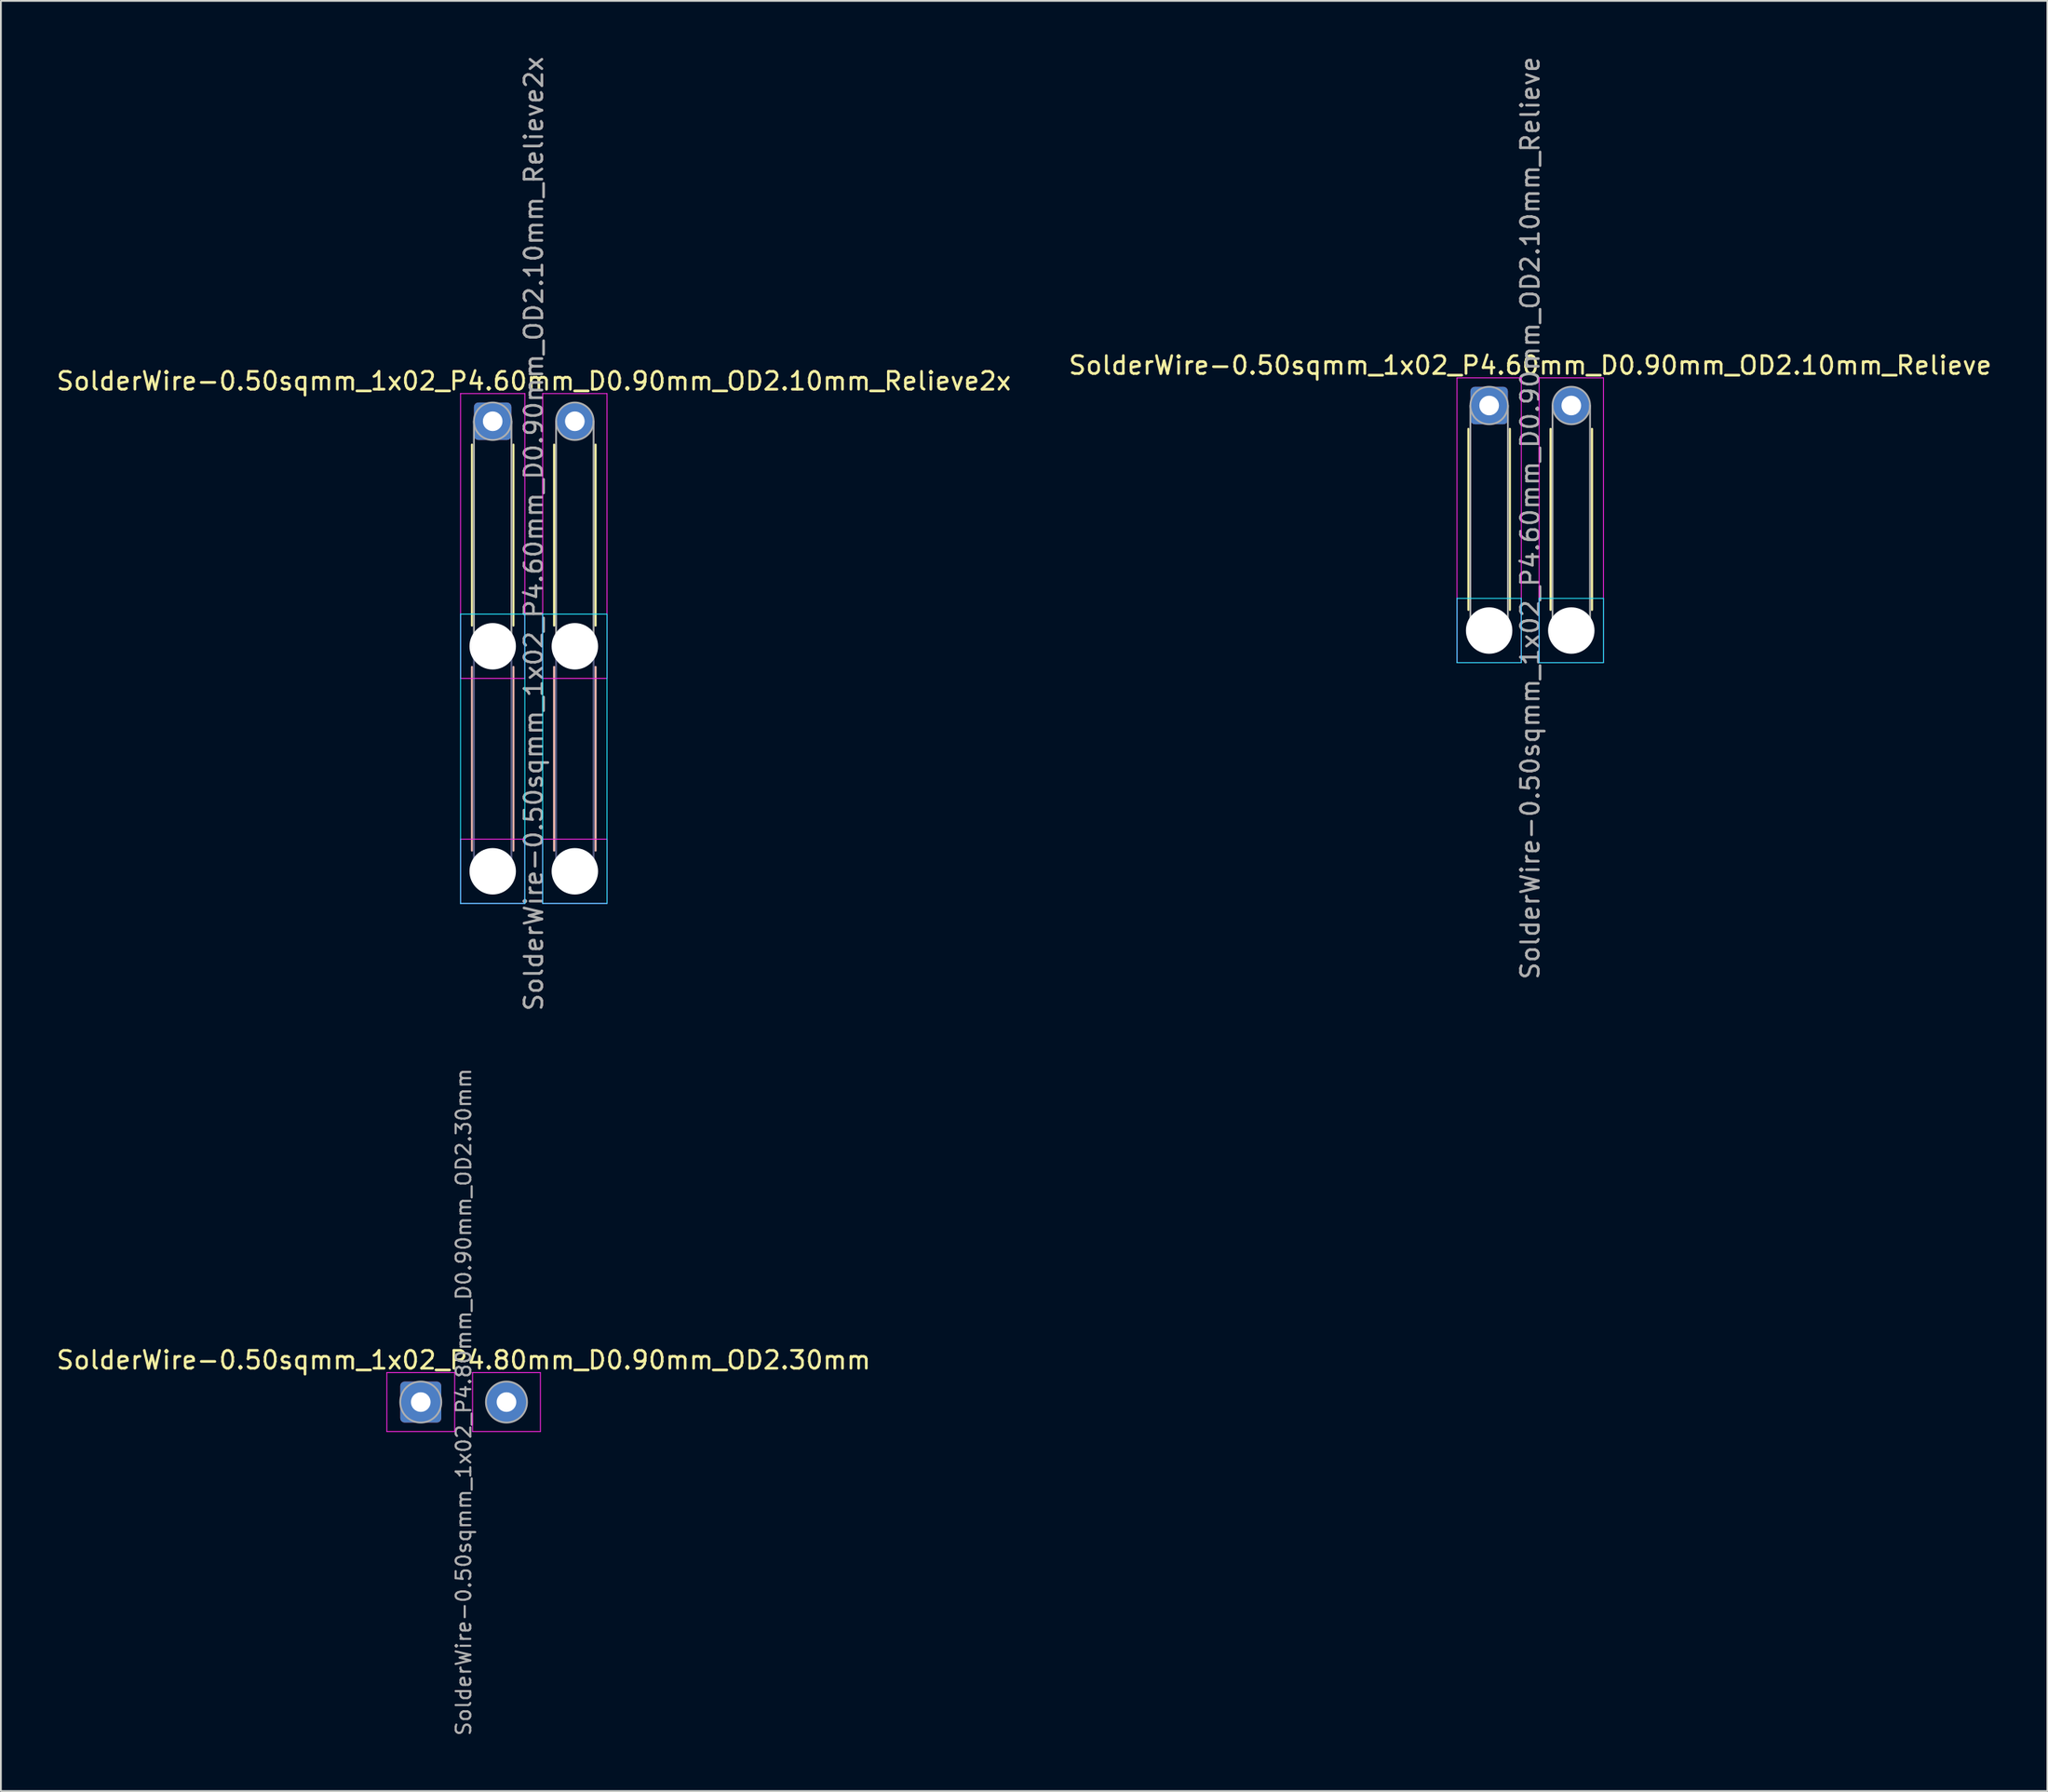
<source format=kicad_pcb>
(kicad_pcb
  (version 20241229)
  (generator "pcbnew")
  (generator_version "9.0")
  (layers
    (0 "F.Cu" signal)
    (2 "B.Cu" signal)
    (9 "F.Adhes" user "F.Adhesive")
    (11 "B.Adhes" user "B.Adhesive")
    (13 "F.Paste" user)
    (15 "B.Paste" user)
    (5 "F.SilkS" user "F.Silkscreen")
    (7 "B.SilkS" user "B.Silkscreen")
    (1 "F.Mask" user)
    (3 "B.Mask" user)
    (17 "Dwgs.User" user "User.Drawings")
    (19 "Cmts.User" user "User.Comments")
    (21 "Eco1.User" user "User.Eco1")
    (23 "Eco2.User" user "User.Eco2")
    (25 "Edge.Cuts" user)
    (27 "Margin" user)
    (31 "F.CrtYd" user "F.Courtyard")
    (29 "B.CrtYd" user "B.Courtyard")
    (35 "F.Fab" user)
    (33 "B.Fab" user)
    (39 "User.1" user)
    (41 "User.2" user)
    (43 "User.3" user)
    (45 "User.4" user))
  (footprint "SolderWire-0.50sqmm_1x02_P4.80mm_D0.90mm_OD2.30mm"
    (layer "F.Cu")
    (at 20.511 75.461)
    (property "Reference" "SolderWire-0.50sqmm_1x02_P4.80mm_D0.90mm_OD2.30mm" (at 2.4 -2.35 0) (layer "F.SilkS") (effects (font (size 1 1) (thickness 0.15))))
    (attr exclude_from_pos_files exclude_from_bom)
    (fp_line (start -1.9 -1.65) (end -1.9 1.65) (stroke (width 0.05) (type solid)) (layer "F.CrtYd"))
    (fp_line (start -1.9 1.65) (end 1.9 1.65) (stroke (width 0.05) (type solid)) (layer "F.CrtYd"))
    (fp_line (start 1.9 -1.65) (end -1.9 -1.65) (stroke (width 0.05) (type solid)) (layer "F.CrtYd"))
    (fp_line (start 1.9 1.65) (end 1.9 -1.65) (stroke (width 0.05) (type solid)) (layer "F.CrtYd"))
    (fp_line (start 2.9 -1.65) (end 2.9 1.65) (stroke (width 0.05) (type solid)) (layer "F.CrtYd"))
    (fp_line (start 2.9 1.65) (end 6.7 1.65) (stroke (width 0.05) (type solid)) (layer "F.CrtYd"))
    (fp_line (start 6.7 -1.65) (end 2.9 -1.65) (stroke (width 0.05) (type solid)) (layer "F.CrtYd"))
    (fp_line (start 6.7 1.65) (end 6.7 -1.65) (stroke (width 0.05) (type solid)) (layer "F.CrtYd"))
    (fp_circle (center 0 0) (end 1.15 0) (stroke (width 0.1) (type solid)) (fill no) (layer "F.Fab"))
    (fp_circle (center 4.8 0) (end 5.95 0) (stroke (width 0.1) (type solid)) (fill no) (layer "F.Fab"))
    (fp_text user "${REFERENCE}" (at 2.4 0 90) (layer "F.Fab") (effects (font (size 0.82 0.82) (thickness 0.12))))
    (pad "1" thru_hole roundrect (at 0 0) (size 2.3 2.3) (drill 1.1) (layers "*.Cu" "*.Mask") (roundrect_rratio 0.109))
    (pad "2" thru_hole circle (at 4.8 0) (size 2.3 2.3) (drill 1.1) (layers "*.Cu" "*.Mask")))
  (footprint "SolderWire-0.50sqmm_1x02_P4.60mm_D0.90mm_OD2.10mm_Relieve"
    (layer "F.Cu")
    (at 80.337 19.658)
    (property "Reference" "SolderWire-0.50sqmm_1x02_P4.60mm_D0.90mm_OD2.10mm_Relieve" (at 2.3 -2.25 0) (layer "F.SilkS") (effects (font (size 1 1) (thickness 0.15))))
    (attr exclude_from_pos_files exclude_from_bom)
    (fp_line (start -1.16 1.31) (end -1.16 11.44) (stroke (width 0.12) (type solid)) (layer "F.SilkS"))
    (fp_line (start 1.16 1.31) (end 1.16 11.44) (stroke (width 0.12) (type solid)) (layer "F.SilkS"))
    (fp_line (start 3.44 1.31) (end 3.44 11.44) (stroke (width 0.12) (type solid)) (layer "F.SilkS"))
    (fp_line (start 5.76 1.31) (end 5.76 11.44) (stroke (width 0.12) (type solid)) (layer "F.SilkS"))
    (fp_line (start -1.8 10.8) (end -1.8 14.4) (stroke (width 0.05) (type solid)) (layer "B.CrtYd"))
    (fp_line (start -1.8 14.4) (end 1.8 14.4) (stroke (width 0.05) (type solid)) (layer "B.CrtYd"))
    (fp_line (start 1.8 10.8) (end -1.8 10.8) (stroke (width 0.05) (type solid)) (layer "B.CrtYd"))
    (fp_line (start 1.8 14.4) (end 1.8 10.8) (stroke (width 0.05) (type solid)) (layer "B.CrtYd"))
    (fp_line (start 2.8 10.8) (end 2.8 14.4) (stroke (width 0.05) (type solid)) (layer "B.CrtYd"))
    (fp_line (start 2.8 14.4) (end 6.4 14.4) (stroke (width 0.05) (type solid)) (layer "B.CrtYd"))
    (fp_line (start 6.4 10.8) (end 2.8 10.8) (stroke (width 0.05) (type solid)) (layer "B.CrtYd"))
    (fp_line (start 6.4 14.4) (end 6.4 10.8) (stroke (width 0.05) (type solid)) (layer "B.CrtYd"))
    (fp_line (start -1.8 -1.55) (end -1.8 14.4) (stroke (width 0.05) (type solid)) (layer "F.CrtYd"))
    (fp_line (start -1.8 14.4) (end 1.8 14.4) (stroke (width 0.05) (type solid)) (layer "F.CrtYd"))
    (fp_line (start 1.8 -1.55) (end -1.8 -1.55) (stroke (width 0.05) (type solid)) (layer "F.CrtYd"))
    (fp_line (start 1.8 14.4) (end 1.8 -1.55) (stroke (width 0.05) (type solid)) (layer "F.CrtYd"))
    (fp_line (start 2.8 -1.55) (end 2.8 14.4) (stroke (width 0.05) (type solid)) (layer "F.CrtYd"))
    (fp_line (start 2.8 14.4) (end 6.4 14.4) (stroke (width 0.05) (type solid)) (layer "F.CrtYd"))
    (fp_line (start 6.4 -1.55) (end 2.8 -1.55) (stroke (width 0.05) (type solid)) (layer "F.CrtYd"))
    (fp_line (start 6.4 14.4) (end 6.4 -1.55) (stroke (width 0.05) (type solid)) (layer "F.CrtYd"))
    (fp_line (start -1.05 0) (end -1.05 12.6) (stroke (width 0.1) (type solid)) (layer "F.Fab"))
    (fp_line (start 1.05 0) (end 1.05 12.6) (stroke (width 0.1) (type solid)) (layer "F.Fab"))
    (fp_line (start 3.55 0) (end 3.55 12.6) (stroke (width 0.1) (type solid)) (layer "F.Fab"))
    (fp_line (start 5.65 0) (end 5.65 12.6) (stroke (width 0.1) (type solid)) (layer "F.Fab"))
    (fp_circle (center 0 0) (end 1.05 0) (stroke (width 0.1) (type solid)) (fill no) (layer "F.Fab"))
    (fp_circle (center 0 12.6) (end 1.05 12.6) (stroke (width 0.1) (type solid)) (fill no) (layer "F.Fab"))
    (fp_circle (center 4.6 0) (end 5.65 0) (stroke (width 0.1) (type solid)) (fill no) (layer "F.Fab"))
    (fp_circle (center 4.6 12.6) (end 5.65 12.6) (stroke (width 0.1) (type solid)) (fill no) (layer "F.Fab"))
    (fp_text user "${REFERENCE}" (at 2.3 6.3 90) (layer "F.Fab") (effects (font (size 1 1) (thickness 0.15))))
    (pad "" np_thru_hole circle (at 0 12.6) (size 2.6 2.6) (drill 2.6) (layers "*.Cu" "*.Mask"))
    (pad "" np_thru_hole circle (at 4.6 12.6) (size 2.6 2.6) (drill 2.6) (layers "*.Cu" "*.Mask"))
    (pad "1" thru_hole roundrect (at 0 0) (size 2.1 2.1) (drill 1.1) (layers "*.Cu" "*.Mask") (roundrect_rratio 0.119))
    (pad "2" thru_hole circle (at 4.6 0) (size 2.1 2.1) (drill 1.1) (layers "*.Cu" "*.Mask")))
  (footprint "SolderWire-0.50sqmm_1x02_P4.60mm_D0.90mm_OD2.10mm_Relieve2x"
    (layer "F.Cu")
    (at 24.539 20.539)
    (property "Reference" "SolderWire-0.50sqmm_1x02_P4.60mm_D0.90mm_OD2.10mm_Relieve2x" (at 2.3 -2.25 0) (layer "F.SilkS") (effects (font (size 1 1) (thickness 0.15))))
    (attr exclude_from_pos_files exclude_from_bom)
    (fp_line (start -1.16 1.31) (end -1.16 11.44) (stroke (width 0.12) (type solid)) (layer "F.SilkS"))
    (fp_line (start 1.16 1.31) (end 1.16 11.44) (stroke (width 0.12) (type solid)) (layer "F.SilkS"))
    (fp_line (start 3.44 1.31) (end 3.44 11.44) (stroke (width 0.12) (type solid)) (layer "F.SilkS"))
    (fp_line (start 5.76 1.31) (end 5.76 11.44) (stroke (width 0.12) (type solid)) (layer "F.SilkS"))
    (fp_line (start -1.16 13.76) (end -1.16 24.04) (stroke (width 0.12) (type solid)) (layer "B.SilkS"))
    (fp_line (start 1.16 13.76) (end 1.16 24.04) (stroke (width 0.12) (type solid)) (layer "B.SilkS"))
    (fp_line (start 3.44 13.76) (end 3.44 24.04) (stroke (width 0.12) (type solid)) (layer "B.SilkS"))
    (fp_line (start 5.76 13.76) (end 5.76 24.04) (stroke (width 0.12) (type solid)) (layer "B.SilkS"))
    (fp_line (start -1.8 10.8) (end -1.8 27) (stroke (width 0.05) (type solid)) (layer "B.CrtYd"))
    (fp_line (start -1.8 27) (end 1.8 27) (stroke (width 0.05) (type solid)) (layer "B.CrtYd"))
    (fp_line (start 1.8 10.8) (end -1.8 10.8) (stroke (width 0.05) (type solid)) (layer "B.CrtYd"))
    (fp_line (start 1.8 27) (end 1.8 10.8) (stroke (width 0.05) (type solid)) (layer "B.CrtYd"))
    (fp_line (start 2.8 10.8) (end 2.8 27) (stroke (width 0.05) (type solid)) (layer "B.CrtYd"))
    (fp_line (start 2.8 27) (end 6.4 27) (stroke (width 0.05) (type solid)) (layer "B.CrtYd"))
    (fp_line (start 6.4 10.8) (end 2.8 10.8) (stroke (width 0.05) (type solid)) (layer "B.CrtYd"))
    (fp_line (start 6.4 27) (end 6.4 10.8) (stroke (width 0.05) (type solid)) (layer "B.CrtYd"))
    (fp_line (start -1.8 -1.55) (end -1.8 14.4) (stroke (width 0.05) (type solid)) (layer "F.CrtYd"))
    (fp_line (start -1.8 14.4) (end 1.8 14.4) (stroke (width 0.05) (type solid)) (layer "F.CrtYd"))
    (fp_line (start -1.8 23.4) (end -1.8 27) (stroke (width 0.05) (type solid)) (layer "F.CrtYd"))
    (fp_line (start -1.8 27) (end 1.8 27) (stroke (width 0.05) (type solid)) (layer "F.CrtYd"))
    (fp_line (start 1.8 -1.55) (end -1.8 -1.55) (stroke (width 0.05) (type solid)) (layer "F.CrtYd"))
    (fp_line (start 1.8 14.4) (end 1.8 -1.55) (stroke (width 0.05) (type solid)) (layer "F.CrtYd"))
    (fp_line (start 1.8 23.4) (end -1.8 23.4) (stroke (width 0.05) (type solid)) (layer "F.CrtYd"))
    (fp_line (start 1.8 27) (end 1.8 23.4) (stroke (width 0.05) (type solid)) (layer "F.CrtYd"))
    (fp_line (start 2.8 -1.55) (end 2.8 14.4) (stroke (width 0.05) (type solid)) (layer "F.CrtYd"))
    (fp_line (start 2.8 14.4) (end 6.4 14.4) (stroke (width 0.05) (type solid)) (layer "F.CrtYd"))
    (fp_line (start 2.8 23.4) (end 2.8 27) (stroke (width 0.05) (type solid)) (layer "F.CrtYd"))
    (fp_line (start 2.8 27) (end 6.4 27) (stroke (width 0.05) (type solid)) (layer "F.CrtYd"))
    (fp_line (start 6.4 -1.55) (end 2.8 -1.55) (stroke (width 0.05) (type solid)) (layer "F.CrtYd"))
    (fp_line (start 6.4 14.4) (end 6.4 -1.55) (stroke (width 0.05) (type solid)) (layer "F.CrtYd"))
    (fp_line (start 6.4 23.4) (end 2.8 23.4) (stroke (width 0.05) (type solid)) (layer "F.CrtYd"))
    (fp_line (start 6.4 27) (end 6.4 23.4) (stroke (width 0.05) (type solid)) (layer "F.CrtYd"))
    (fp_line (start -1.05 12.6) (end -1.05 25.2) (stroke (width 0.1) (type solid)) (layer "B.Fab"))
    (fp_line (start 1.05 12.6) (end 1.05 25.2) (stroke (width 0.1) (type solid)) (layer "B.Fab"))
    (fp_line (start 3.55 12.6) (end 3.55 25.2) (stroke (width 0.1) (type solid)) (layer "B.Fab"))
    (fp_line (start 5.65 12.6) (end 5.65 25.2) (stroke (width 0.1) (type solid)) (layer "B.Fab"))
    (fp_circle (center 0 12.6) (end 1.05 12.6) (stroke (width 0.1) (type solid)) (fill no) (layer "B.Fab"))
    (fp_circle (center 0 25.2) (end 1.05 25.2) (stroke (width 0.1) (type solid)) (fill no) (layer "B.Fab"))
    (fp_circle (center 4.6 12.6) (end 5.65 12.6) (stroke (width 0.1) (type solid)) (fill no) (layer "B.Fab"))
    (fp_circle (center 4.6 25.2) (end 5.65 25.2) (stroke (width 0.1) (type solid)) (fill no) (layer "B.Fab"))
    (fp_line (start -1.05 0) (end -1.05 12.6) (stroke (width 0.1) (type solid)) (layer "F.Fab"))
    (fp_line (start 1.05 0) (end 1.05 12.6) (stroke (width 0.1) (type solid)) (layer "F.Fab"))
    (fp_line (start 3.55 0) (end 3.55 12.6) (stroke (width 0.1) (type solid)) (layer "F.Fab"))
    (fp_line (start 5.65 0) (end 5.65 12.6) (stroke (width 0.1) (type solid)) (layer "F.Fab"))
    (fp_circle (center 0 0) (end 1.05 0) (stroke (width 0.1) (type solid)) (fill no) (layer "F.Fab"))
    (fp_circle (center 0 12.6) (end 1.05 12.6) (stroke (width 0.1) (type solid)) (fill no) (layer "F.Fab"))
    (fp_circle (center 0 25.2) (end 1.05 25.2) (stroke (width 0.1) (type solid)) (fill no) (layer "F.Fab"))
    (fp_circle (center 4.6 0) (end 5.65 0) (stroke (width 0.1) (type solid)) (fill no) (layer "F.Fab"))
    (fp_circle (center 4.6 12.6) (end 5.65 12.6) (stroke (width 0.1) (type solid)) (fill no) (layer "F.Fab"))
    (fp_circle (center 4.6 25.2) (end 5.65 25.2) (stroke (width 0.1) (type solid)) (fill no) (layer "F.Fab"))
    (fp_text user "${REFERENCE}" (at 2.3 6.3 90) (layer "F.Fab") (effects (font (size 1 1) (thickness 0.15))))
    (pad "" np_thru_hole circle (at 0 12.6) (size 2.6 2.6) (drill 2.6) (layers "*.Cu" "*.Mask"))
    (pad "" np_thru_hole circle (at 0 25.2) (size 2.6 2.6) (drill 2.6) (layers "*.Cu" "*.Mask"))
    (pad "" np_thru_hole circle (at 4.6 12.6) (size 2.6 2.6) (drill 2.6) (layers "*.Cu" "*.Mask"))
    (pad "" np_thru_hole circle (at 4.6 25.2) (size 2.6 2.6) (drill 2.6) (layers "*.Cu" "*.Mask"))
    (pad "1" thru_hole roundrect (at 0 0) (size 2.1 2.1) (drill 1.1) (layers "*.Cu" "*.Mask") (roundrect_rratio 0.119))
    (pad "2" thru_hole circle (at 4.6 0) (size 2.1 2.1) (drill 1.1) (layers "*.Cu" "*.Mask")))
  (gr_rect
    (start -3 -3)
    (end 111.595 97.243)
    (stroke (width 0.1) (type default))
    (fill no)
    (layer "Edge.Cuts")))
</source>
